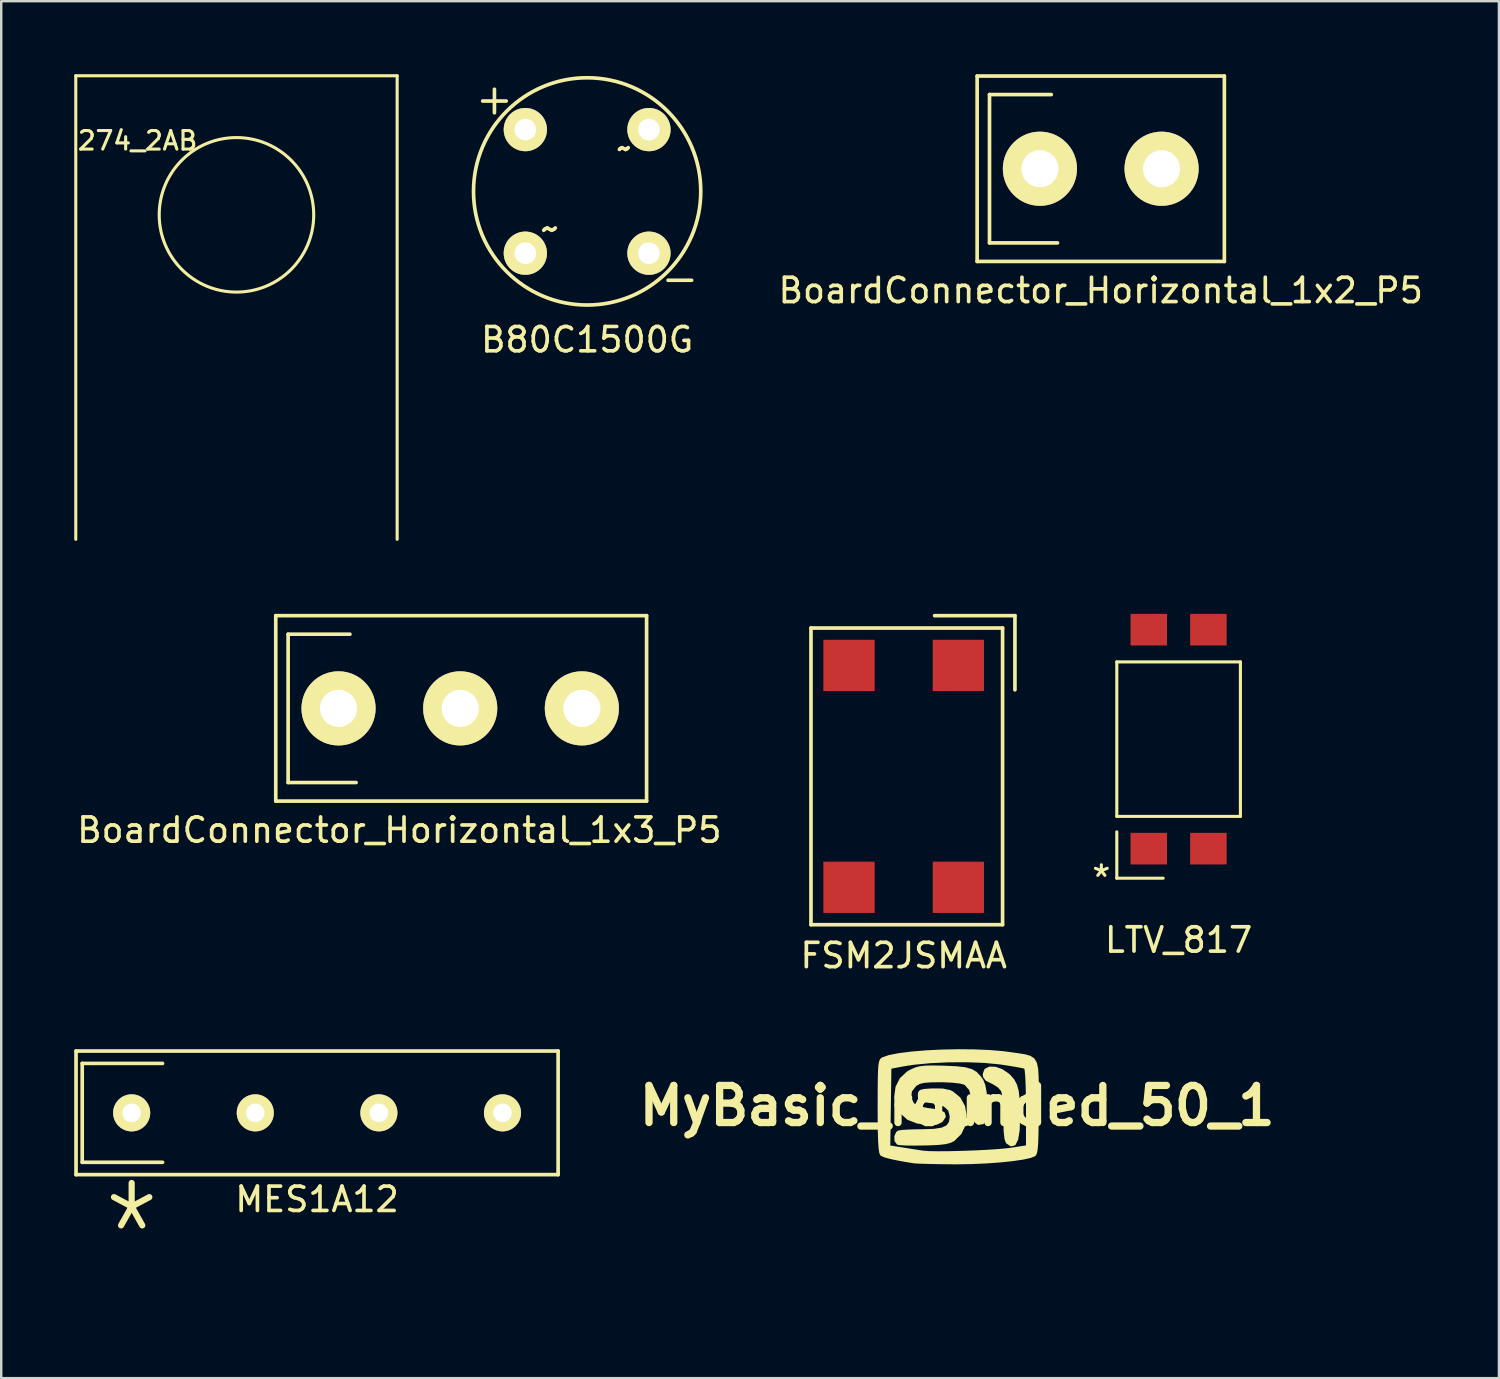
<source format=kicad_pcb>
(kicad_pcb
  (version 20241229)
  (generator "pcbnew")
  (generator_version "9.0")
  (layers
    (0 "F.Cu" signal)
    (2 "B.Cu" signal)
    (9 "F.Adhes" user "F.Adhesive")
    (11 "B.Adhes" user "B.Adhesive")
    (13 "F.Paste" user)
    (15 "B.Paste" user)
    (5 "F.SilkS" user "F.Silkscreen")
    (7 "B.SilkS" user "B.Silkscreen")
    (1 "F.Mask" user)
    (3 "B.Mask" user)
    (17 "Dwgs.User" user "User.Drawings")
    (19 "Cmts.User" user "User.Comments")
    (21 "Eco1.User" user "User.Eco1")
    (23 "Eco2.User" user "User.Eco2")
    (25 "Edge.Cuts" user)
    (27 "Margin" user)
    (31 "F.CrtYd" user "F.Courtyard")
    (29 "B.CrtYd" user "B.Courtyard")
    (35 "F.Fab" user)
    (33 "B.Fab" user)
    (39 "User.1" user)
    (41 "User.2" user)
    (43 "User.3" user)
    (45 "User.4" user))
  (footprint "MyBasic_rounded_50_1"
    (layer "F.Cu")
    (at 36.286 42.393)
    (property "Reference" "MyBasic_rounded_50_1" (at 0 0 0) (layer "F.SilkS") (effects (font (size 1.524 1.524) (thickness 0.3))))
    (attr through_hole)
    (fp_poly (pts (xy 2.539 0.492) (xy 2.519 1.015) (xy 2.458 1.378) (xy 2.357 1.58) (xy 2.217 1.619) (xy 2.049 1.507) (xy 1.996 1.361) (xy 1.962 1.055) (xy 1.948 0.595) (xy 1.947 0.495) (xy 1.939 0.098) (xy 1.916 -0.255) (xy 1.882 -0.516) (xy 1.853 -0.622) (xy 1.71 -0.791) (xy 1.475 -0.938) (xy 1.43 -0.958) (xy 1.209 -1.068) (xy 1.114 -1.194) (xy 1.101 -1.299) (xy 1.165 -1.476) (xy 1.333 -1.559) (xy 1.568 -1.553) (xy 1.836 -1.458) (xy 2.1 -1.278) (xy 2.154 -1.227) (xy 2.306 -1.05) (xy 2.412 -0.85) (xy 2.482 -0.595) (xy 2.521 -0.251) (xy 2.537 0.213) (xy 2.539 0.492)) (stroke (width 0.1) (type solid)) (fill yes) (layer "F.SilkS"))
    (fp_poly (pts (xy 0.343 0.401) (xy 0.295 0.785) (xy 0.13 1.134) (xy -0.144 1.404) (xy -0.285 1.477) (xy -0.473 1.527) (xy -0.744 1.559) (xy -1.133 1.578) (xy -1.355 1.583) (xy -1.751 1.588) (xy -2.089 1.584) (xy -2.331 1.572) (xy -2.434 1.557) (xy -2.523 1.44) (xy -2.531 1.262) (xy -2.463 1.108) (xy -2.406 1.067) (xy -2.267 1.045) (xy -2.003 1.028) (xy -1.658 1.018) (xy -1.432 1.016) (xy -0.951 1) (xy -0.614 0.946) (xy -0.401 0.843) (xy -0.288 0.68) (xy -0.254 0.446) (xy -0.254 0.436) (xy -0.32 0.172) (xy -0.525 -0.014) (xy -0.876 -0.13) (xy -1.077 -0.159) (xy -1.353 -0.195) (xy -1.499 -0.241) (xy -1.557 -0.319) (xy -1.566 -0.423) (xy -1.555 -0.538) (xy -1.497 -0.604) (xy -1.353 -0.639) (xy -1.086 -0.659) (xy -1.016 -0.662) (xy -0.6 -0.658) (xy -0.3 -0.594) (xy -0.206 -0.551) (xy 0.091 -0.307) (xy 0.274 0.024) (xy 0.343 0.401)) (stroke (width 0.1) (type solid)) (fill yes) (layer "F.SilkS"))
    (fp_poly (pts (xy 1.195 0.127) (xy 1.171 0.424) (xy 1.119 0.633) (xy 1.058 0.708) (xy 0.866 0.738) (xy 0.746 0.642) (xy 0.687 0.405) (xy 0.677 0.173) (xy 0.642 -0.323) (xy 0.535 -0.672) (xy 0.352 -0.884) (xy 0.288 -0.92) (xy 0.111 -0.963) (xy -0.184 -0.996) (xy -0.546 -1.014) (xy -0.712 -1.016) (xy -1.104 -1.01) (xy -1.369 -0.989) (xy -1.549 -0.944) (xy -1.687 -0.869) (xy -1.724 -0.841) (xy -1.903 -0.611) (xy -1.941 -0.348) (xy -1.834 -0.101) (xy -1.777 -0.041) (xy -1.554 0.073) (xy -1.204 0.145) (xy -1.121 0.153) (xy -0.756 0.209) (xy -0.555 0.307) (xy -0.517 0.446) (xy -0.641 0.629) (xy -0.641 0.629) (xy -0.838 0.727) (xy -1.161 0.745) (xy -1.621 0.683) (xy -1.637 0.68) (xy -2.017 0.533) (xy -2.295 0.282) (xy -2.469 -0.041) (xy -2.532 -0.402) (xy -2.482 -0.766) (xy -2.315 -1.1) (xy -2.025 -1.371) (xy -1.894 -1.444) (xy -1.711 -1.524) (xy -1.528 -1.574) (xy -1.303 -1.6) (xy -0.994 -1.606) (xy -0.562 -1.597) (xy -0.527 -1.596) (xy -0.034 -1.574) (xy 0.324 -1.533) (xy 0.582 -1.462) (xy 0.772 -1.349) (xy 0.93 -1.181) (xy 1.028 -1.042) (xy 1.108 -0.842) (xy 1.163 -0.551) (xy 1.192 -0.213) (xy 1.195 0.127)) (stroke (width 0.1) (type solid)) (fill yes) (layer "F.SilkS"))
    (fp_poly (pts (xy 3.304 -0.744) (xy 3.302 -0.15) (xy 3.302 0.035) (xy 3.3 0.675) (xy 3.293 1.165) (xy 3.281 1.525) (xy 3.261 1.773) (xy 3.234 1.929) (xy 3.197 2.011) (xy 3.184 2.025) (xy 3.017 2.096) (xy 2.879 2.126) (xy 2.879 1.673) (xy 2.879 0.079) (xy 2.875 -0.441) (xy 2.863 -0.891) (xy 2.846 -1.244) (xy 2.823 -1.477) (xy 2.799 -1.563) (xy 2.688 -1.594) (xy 2.446 -1.64) (xy 2.109 -1.696) (xy 1.762 -1.748) (xy 1.134 -1.809) (xy 0.406 -1.838) (xy -0.364 -1.834) (xy -1.119 -1.798) (xy -1.803 -1.732) (xy -2.201 -1.67) (xy -2.752 -1.565) (xy -2.775 0.056) (xy -2.798 1.677) (xy -2.224 1.768) (xy -1.888 1.821) (xy -1.584 1.868) (xy -1.397 1.896) (xy -1.157 1.914) (xy -0.785 1.92) (xy -0.321 1.917) (xy 0.2 1.904) (xy 0.739 1.885) (xy 1.258 1.859) (xy 1.72 1.828) (xy 2.087 1.793) (xy 2.223 1.775) (xy 2.879 1.673) (xy 2.879 2.126) (xy 2.707 2.164) (xy 2.283 2.226) (xy 1.771 2.279) (xy 1.199 2.321) (xy 0.594 2.348) (xy -0.017 2.358) (xy -0.169 2.357) (xy -0.654 2.352) (xy -1.093 2.344) (xy -1.452 2.334) (xy -1.697 2.323) (xy -1.778 2.316) (xy -2.285 2.232) (xy -2.692 2.15) (xy -2.978 2.074) (xy -3.111 2.014) (xy -3.149 1.936) (xy -3.177 1.761) (xy -3.197 1.473) (xy -3.21 1.057) (xy -3.216 0.498) (xy -3.217 0.035) (xy -3.216 -0.581) (xy -3.212 -1.05) (xy -3.204 -1.392) (xy -3.189 -1.629) (xy -3.166 -1.782) (xy -3.133 -1.873) (xy -3.09 -1.923) (xy -3.065 -1.938) (xy -2.799 -2.032) (xy -2.393 -2.112) (xy -1.877 -2.177) (xy -1.28 -2.227) (xy -0.631 -2.259) (xy 0.041 -2.273) (xy 0.707 -2.267) (xy 1.337 -2.24) (xy 1.902 -2.192) (xy 2.14 -2.16) (xy 2.506 -2.109) (xy 2.786 -2.064) (xy 2.992 -2.004) (xy 3.135 -1.909) (xy 3.227 -1.756) (xy 3.278 -1.526) (xy 3.3 -1.195) (xy 3.304 -0.744)) (stroke (width 0.1) (type solid)) (fill yes) (layer "F.SilkS")))
  (footprint "BoardConnector_Horizontal_1x3_P5"
    (layer "F.Cu")
    (at 15.903 26.062)
    (property "Reference" "BoardConnector_Horizontal_1x3_P5" (at -2.54 5.004 0) (layer "F.SilkS") (effects (font (size 1 1) (thickness 0.15))))
    (attr through_hole)
    (fp_line (start -7.62 -3.81) (end -7.62 3.81) (stroke (width 0.15) (type solid)) (layer "F.SilkS"))
    (fp_line (start -7.62 3.81) (end 7.62 3.81) (stroke (width 0.15) (type solid)) (layer "F.SilkS"))
    (fp_line (start -7.112 -3.048) (end -7.112 3.048) (stroke (width 0.15) (type solid)) (layer "F.SilkS"))
    (fp_line (start -7.112 3.048) (end -4.318 3.048) (stroke (width 0.15) (type solid)) (layer "F.SilkS"))
    (fp_line (start -4.572 -3.048) (end -7.112 -3.048) (stroke (width 0.15) (type solid)) (layer "F.SilkS"))
    (fp_line (start 7.62 -3.81) (end -7.62 -3.81) (stroke (width 0.15) (type solid)) (layer "F.SilkS"))
    (fp_line (start 7.62 3.81) (end 7.62 -3.81) (stroke (width 0.15) (type solid)) (layer "F.SilkS"))
    (pad "1" thru_hole circle (at -5.04 0) (size 3.048 3.048) (drill 1.524) (layers "*.Cu" "*.Mask" "F.SilkS"))
    (pad "2" thru_hole circle (at -0.04 0) (size 3.048 3.048) (drill 1.524) (layers "*.Cu" "*.Mask" "F.SilkS"))
    (pad "3" thru_hole circle (at 4.96 0) (size 3.048 3.048) (drill 1.524) (layers "*.Cu" "*.Mask" "F.SilkS")))
  (footprint "LTV_817"
    (layer "F.Cu")
    (at 45.387 27.327)
    (property "Reference" "LTV_817" (at 0 8.255 0) (layer "F.SilkS") (effects (font (size 1 1) (thickness 0.15))))
    (attr through_hole)
    (fp_line (start -2.54 -3.175) (end 2.54 -3.175) (stroke (width 0.127) (type solid)) (layer "F.SilkS"))
    (fp_line (start -2.54 3.175) (end -2.54 -3.175) (stroke (width 0.127) (type solid)) (layer "F.SilkS"))
    (fp_line (start -2.54 3.81) (end -2.54 5.715) (stroke (width 0.127) (type solid)) (layer "F.SilkS"))
    (fp_line (start -2.54 5.715) (end -0.635 5.715) (stroke (width 0.127) (type solid)) (layer "F.SilkS"))
    (fp_line (start 2.54 -3.175) (end 2.54 3.175) (stroke (width 0.127) (type solid)) (layer "F.SilkS"))
    (fp_line (start 2.54 3.175) (end -2.54 3.175) (stroke (width 0.127) (type solid)) (layer "F.SilkS"))
    (fp_text user "*" (at -3.175 5.715 0) (layer "F.SilkS") (effects (font (size 1.016 1.016) (thickness 0.127))))
    (pad "1" smd rect (at -1.225 4.5) (size 1.5 1.3) (layers "F.Cu" "F.Mask" "F.Paste"))
    (pad "2" smd rect (at 1.225 4.5) (size 1.5 1.3) (layers "F.Cu" "F.Mask" "F.Paste"))
    (pad "3" smd rect (at 1.225 -4.5) (size 1.5 1.3) (layers "F.Cu" "F.Mask" "F.Paste"))
    (pad "4" smd rect (at -1.225 -4.5) (size 1.5 1.3) (layers "F.Cu" "F.Mask" "F.Paste")))
  (footprint "B80C1500G"
    (layer "F.Cu")
    (at 21.08 4.816)
    (property "Reference" "B80C1500G" (at 0 6.096 0) (layer "F.SilkS") (effects (font (size 1 1) (thickness 0.15))))
    (attr through_hole)
    (fp_circle (center 0 0) (end 3.302 3.302) (stroke (width 0.15) (type solid)) (fill no) (layer "F.SilkS"))
    (fp_text user "+" (at -3.81 -3.81 0) (layer "F.SilkS") (effects (font (size 1.27 1.27) (thickness 0.15))))
    (fp_text user "~" (at 1.524 -1.778 0) (layer "F.SilkS") (effects (font (size 0.762 0.762) (thickness 0.15))))
    (fp_text user "~" (at -1.524 1.524 0) (layer "F.SilkS") (effects (font (size 1 1) (thickness 0.15))))
    (fp_text user "-" (at 3.81 3.556 0) (layer "F.SilkS") (effects (font (size 1.27 1.27) (thickness 0.15))))
    (pad "1" thru_hole circle (at 2.54 2.54) (size 1.778 1.778) (drill 0.889) (layers "*.Cu" "*.Mask" "F.SilkS"))
    (pad "2" thru_hole circle (at -2.54 2.54) (size 1.778 1.778) (drill 0.889) (layers "*.Cu" "*.Mask" "F.SilkS"))
    (pad "3" thru_hole circle (at -2.54 -2.54) (size 1.778 1.778) (drill 0.889) (layers "*.Cu" "*.Mask" "F.SilkS"))
    (pad "4" thru_hole circle (at 2.54 -2.54) (size 1.778 1.778) (drill 0.889) (layers "*.Cu" "*.Mask" "F.SilkS")))
  (footprint "274_2AB"
    (layer "F.Cu")
    (at 6.668 5.779)
    (property "Reference" "274_2AB" (at -4.064 -3.048 0) (layer "F.SilkS") (effects (font (size 0.762 0.762) (thickness 0.127))))
    (attr through_hole)
    (fp_line (start -6.604 -5.715) (end 6.604 -5.715) (stroke (width 0.127) (type solid)) (layer "F.SilkS"))
    (fp_line (start -6.604 13.335) (end -6.604 -5.715) (stroke (width 0.127) (type solid)) (layer "F.SilkS"))
    (fp_line (start 6.604 -5.715) (end 6.604 13.335) (stroke (width 0.127) (type solid)) (layer "F.SilkS"))
    (fp_circle (center 0 0) (end 3.175 0) (stroke (width 0.127) (type solid)) (fill no) (layer "F.SilkS")))
  (footprint "FSM2JSMAA"
    (layer "F.Cu")
    (at 34.089 28.856)
    (property "Reference" "FSM2JSMAA" (at 0 7.366 0) (layer "F.SilkS") (effects (font (size 1 1) (thickness 0.15))))
    (attr through_hole)
    (fp_line (start -3.81 -6.096) (end 4.064 -6.096) (stroke (width 0.15) (type solid)) (layer "F.SilkS"))
    (fp_line (start -3.81 6.096) (end -3.81 -6.096) (stroke (width 0.15) (type solid)) (layer "F.SilkS"))
    (fp_line (start 1.27 -6.604) (end 4.572 -6.604) (stroke (width 0.15) (type solid)) (layer "F.SilkS"))
    (fp_line (start 4.064 -6.096) (end 4.064 6.096) (stroke (width 0.15) (type solid)) (layer "F.SilkS"))
    (fp_line (start 4.064 6.096) (end -3.81 6.096) (stroke (width 0.15) (type solid)) (layer "F.SilkS"))
    (fp_line (start 4.572 -6.604) (end 4.572 -3.556) (stroke (width 0.15) (type solid)) (layer "F.SilkS"))
    (pad "1" smd rect (at 2.248 -4.559) (size 2.108 2.108) (layers "F.Cu" "F.Mask" "F.Paste"))
    (pad "2" smd rect (at 2.248 4.559) (size 2.108 2.108) (layers "F.Cu" "F.Mask" "F.Paste"))
    (pad "3" smd rect (at -2.248 -4.559) (size 2.108 2.108) (layers "F.Cu" "F.Mask" "F.Paste"))
    (pad "4" smd rect (at -2.248 4.559) (size 2.108 2.108) (layers "F.Cu" "F.Mask" "F.Paste")))
  (footprint "MES1A12"
    (layer "F.Cu")
    (at 9.981 42.685)
    (property "Reference" "MES1A12" (at 0 3.556 0) (layer "F.SilkS") (effects (font (size 1 1) (thickness 0.15))))
    (attr through_hole)
    (fp_line (start -9.906 -2.54) (end 9.906 -2.54) (stroke (width 0.15) (type solid)) (layer "F.SilkS"))
    (fp_line (start -9.906 2.54) (end -9.906 -2.54) (stroke (width 0.15) (type solid)) (layer "F.SilkS"))
    (fp_line (start -9.652 -2.032) (end -9.652 2.032) (stroke (width 0.15) (type solid)) (layer "F.SilkS"))
    (fp_line (start -9.652 2.032) (end -6.35 2.032) (stroke (width 0.15) (type solid)) (layer "F.SilkS"))
    (fp_line (start -6.35 -2.032) (end -9.652 -2.032) (stroke (width 0.15) (type solid)) (layer "F.SilkS"))
    (fp_line (start 9.906 -2.54) (end 9.906 2.54) (stroke (width 0.15) (type solid)) (layer "F.SilkS"))
    (fp_line (start 9.906 2.54) (end -9.906 2.54) (stroke (width 0.15) (type solid)) (layer "F.SilkS"))
    (fp_text user "*" (at -7.62 5.08 0) (layer "F.SilkS") (effects (font (size 4.064 3.048) (thickness 0.254))))
    (pad "1" thru_hole circle (at -7.62 0) (size 1.524 1.524) (drill 0.762) (layers "*.Cu" "*.Mask" "F.SilkS"))
    (pad "3" thru_hole circle (at -2.54 0) (size 1.524 1.524) (drill 0.762) (layers "*.Cu" "*.Mask" "F.SilkS"))
    (pad "5" thru_hole circle (at 2.54 0) (size 1.524 1.524) (drill 0.762) (layers "*.Cu" "*.Mask" "F.SilkS"))
    (pad "7" thru_hole circle (at 7.62 0) (size 1.524 1.524) (drill 0.762) (layers "*.Cu" "*.Mask" "F.SilkS")))
  (footprint "BoardConnector_Horizontal_1x2_P5"
    (layer "F.Cu")
    (at 42.188 3.885)
    (property "Reference" "BoardConnector_Horizontal_1x2_P5" (at 0 5.004 0) (layer "F.SilkS") (effects (font (size 1 1) (thickness 0.15))))
    (attr through_hole)
    (fp_line (start -5.08 -3.81) (end -5.08 3.81) (stroke (width 0.15) (type solid)) (layer "F.SilkS"))
    (fp_line (start -5.08 3.81) (end 5.08 3.81) (stroke (width 0.15) (type solid)) (layer "F.SilkS"))
    (fp_line (start -4.572 -3.048) (end -4.572 3.048) (stroke (width 0.15) (type solid)) (layer "F.SilkS"))
    (fp_line (start -4.572 3.048) (end -1.778 3.048) (stroke (width 0.15) (type solid)) (layer "F.SilkS"))
    (fp_line (start -2.032 -3.048) (end -4.572 -3.048) (stroke (width 0.15) (type solid)) (layer "F.SilkS"))
    (fp_line (start 5.08 -3.81) (end -5.08 -3.81) (stroke (width 0.15) (type solid)) (layer "F.SilkS"))
    (fp_line (start 5.08 3.81) (end 5.08 -3.81) (stroke (width 0.15) (type solid)) (layer "F.SilkS"))
    (pad "1" thru_hole circle (at -2.5 0) (size 3.048 3.048) (drill 1.524) (layers "*.Cu" "*.Mask" "F.SilkS"))
    (pad "2" thru_hole circle (at 2.5 0) (size 3.048 3.048) (drill 1.524) (layers "*.Cu" "*.Mask" "F.SilkS")))
  (gr_rect
    (start -3 -3)
    (end 58.551 53.588)
    (stroke (width 0.1) (type default))
    (fill no)
    (layer "Edge.Cuts")))
</source>
